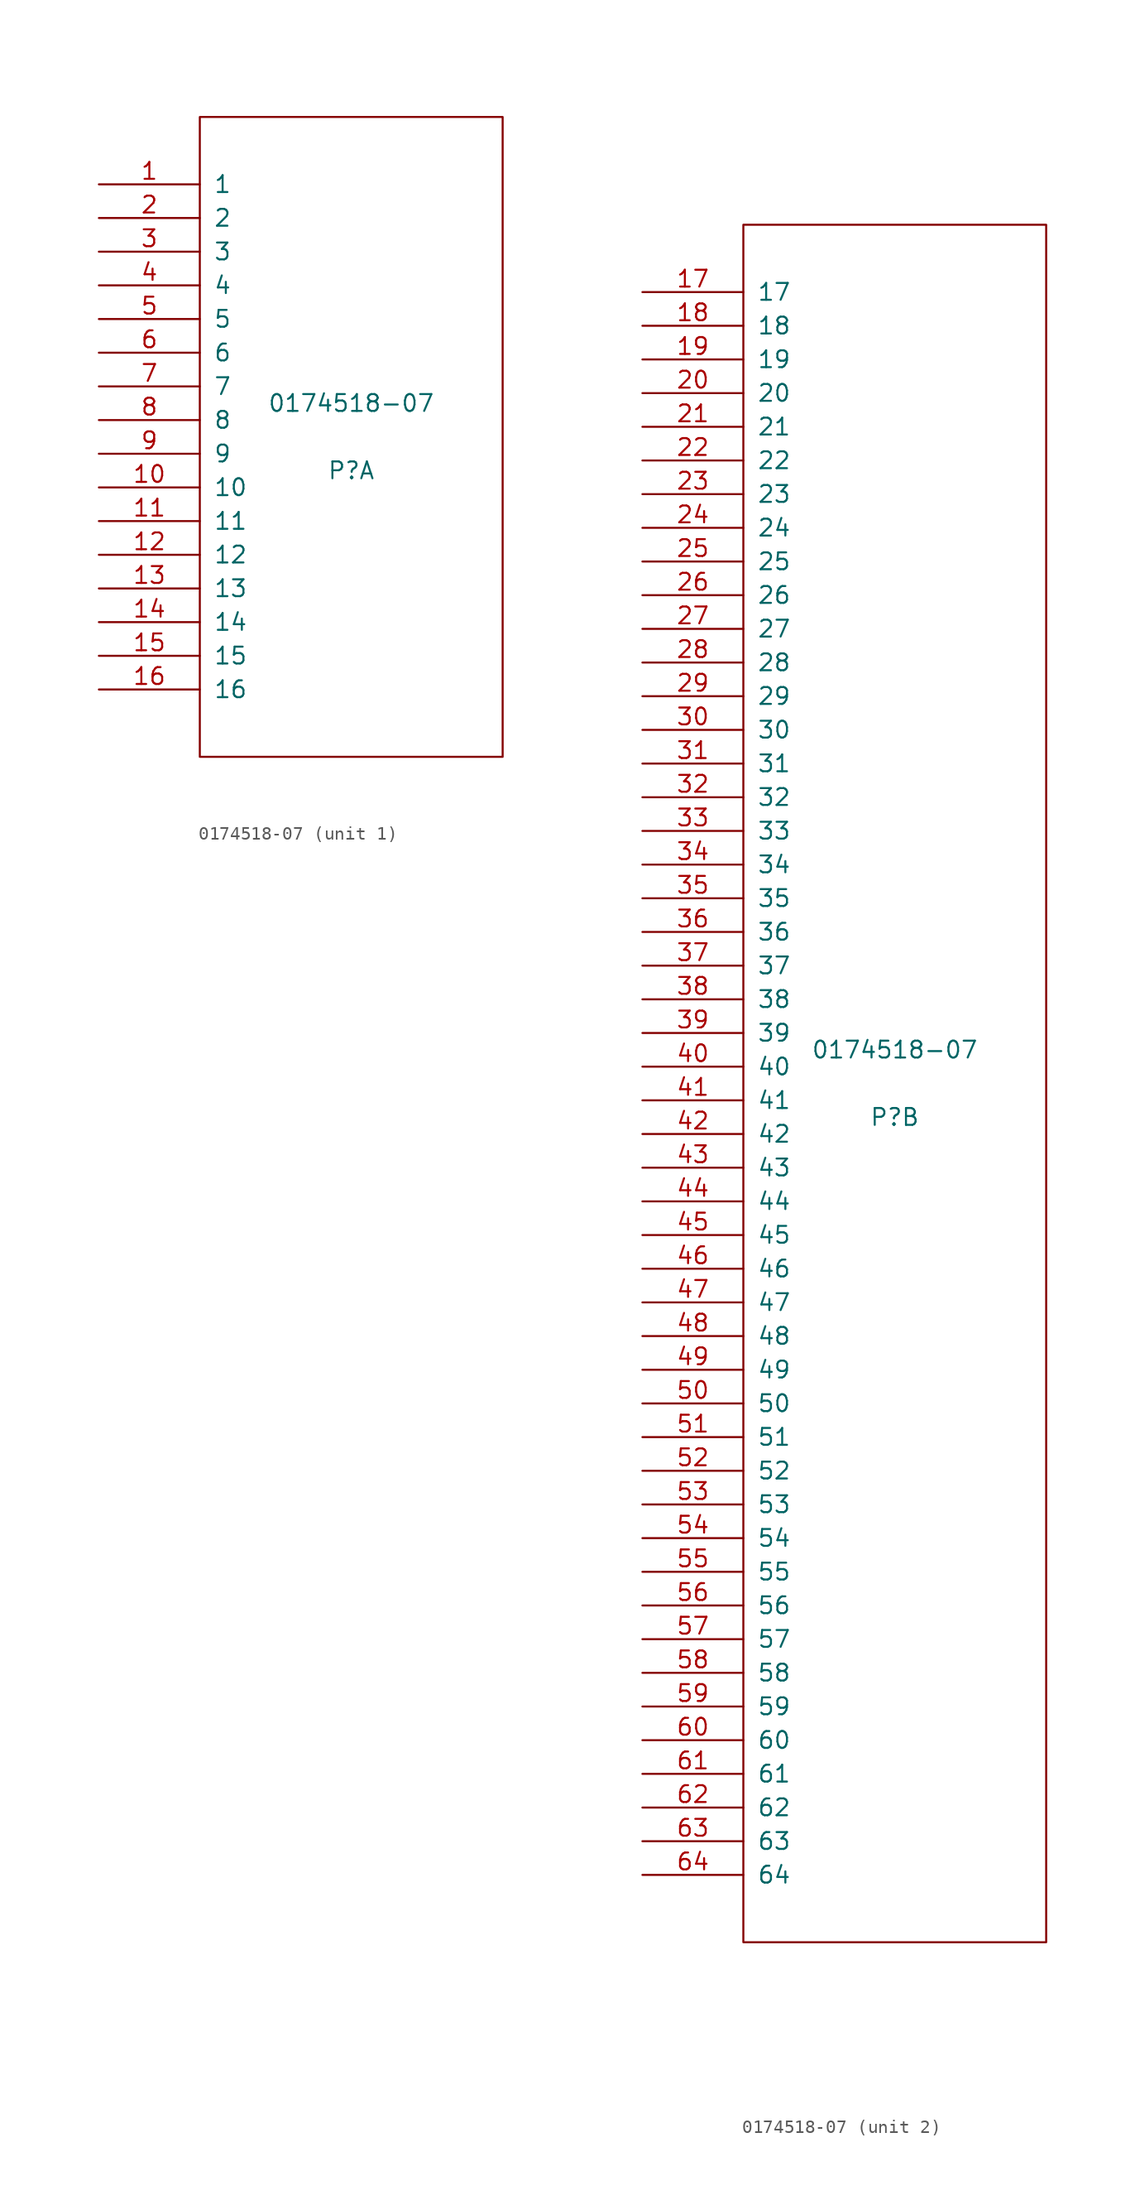
<source format=kicad_sym>
(kicad_symbol_lib
  (version 20211014)
  (generator kicad_symbol_editor)
  (symbol "0174518-07"
    (pin_names
      (offset 1.016))
    (property "Reference" "P"
      (at 0 -2.54 0)
      (effects (font (size 1.27 1.27))))
    (property "Value" "0174518-07"
      (at 0 2.54 0)
      (effects (font (size 1.27 1.27))))
    (symbol "0174518-07_1_0"
      (rectangle (start -11.43 -24.13) (end 11.43 24.13) (stroke (width 0) (type default) (color 0 0 0 0)) (fill (type none))))
    (symbol "0174518-07_1_1"
      (pin power_out line (at -19.05 19.05 0) (length 7.62) (name "1" (effects (font (size 1.27 1.27)))) (number "1" (effects (font (size 1.27 1.27)))))
      (pin passive line (at -19.05 -3.81 0) (length 7.62) (name "10" (effects (font (size 1.27 1.27)))) (number "10" (effects (font (size 1.27 1.27)))))
      (pin passive line (at -19.05 -6.35 0) (length 7.62) (name "11" (effects (font (size 1.27 1.27)))) (number "11" (effects (font (size 1.27 1.27)))))
      (pin passive line (at -19.05 -8.89 0) (length 7.62) (name "12" (effects (font (size 1.27 1.27)))) (number "12" (effects (font (size 1.27 1.27)))))
      (pin passive line (at -19.05 -11.43 0) (length 7.62) (name "13" (effects (font (size 1.27 1.27)))) (number "13" (effects (font (size 1.27 1.27)))))
      (pin power_out line (at -19.05 -13.97 0) (length 7.62) (name "14" (effects (font (size 1.27 1.27)))) (number "14" (effects (font (size 1.27 1.27)))))
      (pin power_out line (at -19.05 -16.51 0) (length 7.62) (name "15" (effects (font (size 1.27 1.27)))) (number "15" (effects (font (size 1.27 1.27)))))
      (pin passive line (at -19.05 -19.05 0) (length 7.62) (name "16" (effects (font (size 1.27 1.27)))) (number "16" (effects (font (size 1.27 1.27)))))
      (pin passive line (at -19.05 16.51 0) (length 7.62) (name "2" (effects (font (size 1.27 1.27)))) (number "2" (effects (font (size 1.27 1.27)))))
      (pin passive line (at -19.05 13.97 0) (length 7.62) (name "3" (effects (font (size 1.27 1.27)))) (number "3" (effects (font (size 1.27 1.27)))))
      (pin passive line (at -19.05 11.43 0) (length 7.62) (name "4" (effects (font (size 1.27 1.27)))) (number "4" (effects (font (size 1.27 1.27)))))
      (pin passive line (at -19.05 8.89 0) (length 7.62) (name "5" (effects (font (size 1.27 1.27)))) (number "5" (effects (font (size 1.27 1.27)))))
      (pin passive line (at -19.05 6.35 0) (length 7.62) (name "6" (effects (font (size 1.27 1.27)))) (number "6" (effects (font (size 1.27 1.27)))))
      (pin passive line (at -19.05 3.81 0) (length 7.62) (name "7" (effects (font (size 1.27 1.27)))) (number "7" (effects (font (size 1.27 1.27)))))
      (pin passive line (at -19.05 1.27 0) (length 7.62) (name "8" (effects (font (size 1.27 1.27)))) (number "8" (effects (font (size 1.27 1.27)))))
      (pin passive line (at -19.05 -1.27 0) (length 7.62) (name "9" (effects (font (size 1.27 1.27)))) (number "9" (effects (font (size 1.27 1.27))))))
    (symbol "0174518-07_2_0"
      (rectangle (start -11.43 -64.77) (end 11.43 64.77) (stroke (width 0) (type default) (color 0 0 0 0)) (fill (type none))))
    (symbol "0174518-07_2_1"
      (pin passive line (at -19.05 59.69 0) (length 7.62) (name "17" (effects (font (size 1.27 1.27)))) (number "17" (effects (font (size 1.27 1.27)))))
      (pin passive line (at -19.05 57.15 0) (length 7.62) (name "18" (effects (font (size 1.27 1.27)))) (number "18" (effects (font (size 1.27 1.27)))))
      (pin passive line (at -19.05 54.61 0) (length 7.62) (name "19" (effects (font (size 1.27 1.27)))) (number "19" (effects (font (size 1.27 1.27)))))
      (pin passive line (at -19.05 52.07 0) (length 7.62) (name "20" (effects (font (size 1.27 1.27)))) (number "20" (effects (font (size 1.27 1.27)))))
      (pin passive line (at -19.05 49.53 0) (length 7.62) (name "21" (effects (font (size 1.27 1.27)))) (number "21" (effects (font (size 1.27 1.27)))))
      (pin passive line (at -19.05 46.99 0) (length 7.62) (name "22" (effects (font (size 1.27 1.27)))) (number "22" (effects (font (size 1.27 1.27)))))
      (pin passive line (at -19.05 44.45 0) (length 7.62) (name "23" (effects (font (size 1.27 1.27)))) (number "23" (effects (font (size 1.27 1.27)))))
      (pin passive line (at -19.05 41.91 0) (length 7.62) (name "24" (effects (font (size 1.27 1.27)))) (number "24" (effects (font (size 1.27 1.27)))))
      (pin passive line (at -19.05 39.37 0) (length 7.62) (name "25" (effects (font (size 1.27 1.27)))) (number "25" (effects (font (size 1.27 1.27)))))
      (pin passive line (at -19.05 36.83 0) (length 7.62) (name "26" (effects (font (size 1.27 1.27)))) (number "26" (effects (font (size 1.27 1.27)))))
      (pin passive line (at -19.05 34.29 0) (length 7.62) (name "27" (effects (font (size 1.27 1.27)))) (number "27" (effects (font (size 1.27 1.27)))))
      (pin passive line (at -19.05 31.75 0) (length 7.62) (name "28" (effects (font (size 1.27 1.27)))) (number "28" (effects (font (size 1.27 1.27)))))
      (pin passive line (at -19.05 29.21 0) (length 7.62) (name "29" (effects (font (size 1.27 1.27)))) (number "29" (effects (font (size 1.27 1.27)))))
      (pin passive line (at -19.05 26.67 0) (length 7.62) (name "30" (effects (font (size 1.27 1.27)))) (number "30" (effects (font (size 1.27 1.27)))))
      (pin passive line (at -19.05 24.13 0) (length 7.62) (name "31" (effects (font (size 1.27 1.27)))) (number "31" (effects (font (size 1.27 1.27)))))
      (pin passive line (at -19.05 21.59 0) (length 7.62) (name "32" (effects (font (size 1.27 1.27)))) (number "32" (effects (font (size 1.27 1.27)))))
      (pin passive line (at -19.05 19.05 0) (length 7.62) (name "33" (effects (font (size 1.27 1.27)))) (number "33" (effects (font (size 1.27 1.27)))))
      (pin passive line (at -19.05 16.51 0) (length 7.62) (name "34" (effects (font (size 1.27 1.27)))) (number "34" (effects (font (size 1.27 1.27)))))
      (pin passive line (at -19.05 13.97 0) (length 7.62) (name "35" (effects (font (size 1.27 1.27)))) (number "35" (effects (font (size 1.27 1.27)))))
      (pin passive line (at -19.05 11.43 0) (length 7.62) (name "36" (effects (font (size 1.27 1.27)))) (number "36" (effects (font (size 1.27 1.27)))))
      (pin passive line (at -19.05 8.89 0) (length 7.62) (name "37" (effects (font (size 1.27 1.27)))) (number "37" (effects (font (size 1.27 1.27)))))
      (pin passive line (at -19.05 6.35 0) (length 7.62) (name "38" (effects (font (size 1.27 1.27)))) (number "38" (effects (font (size 1.27 1.27)))))
      (pin passive line (at -19.05 3.81 0) (length 7.62) (name "39" (effects (font (size 1.27 1.27)))) (number "39" (effects (font (size 1.27 1.27)))))
      (pin passive line (at -19.05 1.27 0) (length 7.62) (name "40" (effects (font (size 1.27 1.27)))) (number "40" (effects (font (size 1.27 1.27)))))
      (pin passive line (at -19.05 -1.27 0) (length 7.62) (name "41" (effects (font (size 1.27 1.27)))) (number "41" (effects (font (size 1.27 1.27)))))
      (pin passive line (at -19.05 -3.81 0) (length 7.62) (name "42" (effects (font (size 1.27 1.27)))) (number "42" (effects (font (size 1.27 1.27)))))
      (pin passive line (at -19.05 -6.35 0) (length 7.62) (name "43" (effects (font (size 1.27 1.27)))) (number "43" (effects (font (size 1.27 1.27)))))
      (pin passive line (at -19.05 -8.89 0) (length 7.62) (name "44" (effects (font (size 1.27 1.27)))) (number "44" (effects (font (size 1.27 1.27)))))
      (pin passive line (at -19.05 -11.43 0) (length 7.62) (name "45" (effects (font (size 1.27 1.27)))) (number "45" (effects (font (size 1.27 1.27)))))
      (pin passive line (at -19.05 -13.97 0) (length 7.62) (name "46" (effects (font (size 1.27 1.27)))) (number "46" (effects (font (size 1.27 1.27)))))
      (pin passive line (at -19.05 -16.51 0) (length 7.62) (name "47" (effects (font (size 1.27 1.27)))) (number "47" (effects (font (size 1.27 1.27)))))
      (pin passive line (at -19.05 -19.05 0) (length 7.62) (name "48" (effects (font (size 1.27 1.27)))) (number "48" (effects (font (size 1.27 1.27)))))
      (pin passive line (at -19.05 -21.59 0) (length 7.62) (name "49" (effects (font (size 1.27 1.27)))) (number "49" (effects (font (size 1.27 1.27)))))
      (pin passive line (at -19.05 -24.13 0) (length 7.62) (name "50" (effects (font (size 1.27 1.27)))) (number "50" (effects (font (size 1.27 1.27)))))
      (pin passive line (at -19.05 -26.67 0) (length 7.62) (name "51" (effects (font (size 1.27 1.27)))) (number "51" (effects (font (size 1.27 1.27)))))
      (pin passive line (at -19.05 -29.21 0) (length 7.62) (name "52" (effects (font (size 1.27 1.27)))) (number "52" (effects (font (size 1.27 1.27)))))
      (pin passive line (at -19.05 -31.75 0) (length 7.62) (name "53" (effects (font (size 1.27 1.27)))) (number "53" (effects (font (size 1.27 1.27)))))
      (pin passive line (at -19.05 -34.29 0) (length 7.62) (name "54" (effects (font (size 1.27 1.27)))) (number "54" (effects (font (size 1.27 1.27)))))
      (pin passive line (at -19.05 -36.83 0) (length 7.62) (name "55" (effects (font (size 1.27 1.27)))) (number "55" (effects (font (size 1.27 1.27)))))
      (pin passive line (at -19.05 -39.37 0) (length 7.62) (name "56" (effects (font (size 1.27 1.27)))) (number "56" (effects (font (size 1.27 1.27)))))
      (pin passive line (at -19.05 -41.91 0) (length 7.62) (name "57" (effects (font (size 1.27 1.27)))) (number "57" (effects (font (size 1.27 1.27)))))
      (pin passive line (at -19.05 -44.45 0) (length 7.62) (name "58" (effects (font (size 1.27 1.27)))) (number "58" (effects (font (size 1.27 1.27)))))
      (pin passive line (at -19.05 -46.99 0) (length 7.62) (name "59" (effects (font (size 1.27 1.27)))) (number "59" (effects (font (size 1.27 1.27)))))
      (pin passive line (at -19.05 -49.53 0) (length 7.62) (name "60" (effects (font (size 1.27 1.27)))) (number "60" (effects (font (size 1.27 1.27)))))
      (pin passive line (at -19.05 -52.07 0) (length 7.62) (name "61" (effects (font (size 1.27 1.27)))) (number "61" (effects (font (size 1.27 1.27)))))
      (pin passive line (at -19.05 -54.61 0) (length 7.62) (name "62" (effects (font (size 1.27 1.27)))) (number "62" (effects (font (size 1.27 1.27)))))
      (pin passive line (at -19.05 -57.15 0) (length 7.62) (name "63" (effects (font (size 1.27 1.27)))) (number "63" (effects (font (size 1.27 1.27)))))
      (pin passive line (at -19.05 -59.69 0) (length 7.62) (name "64" (effects (font (size 1.27 1.27)))) (number "64" (effects (font (size 1.27 1.27))))))))
</source>
